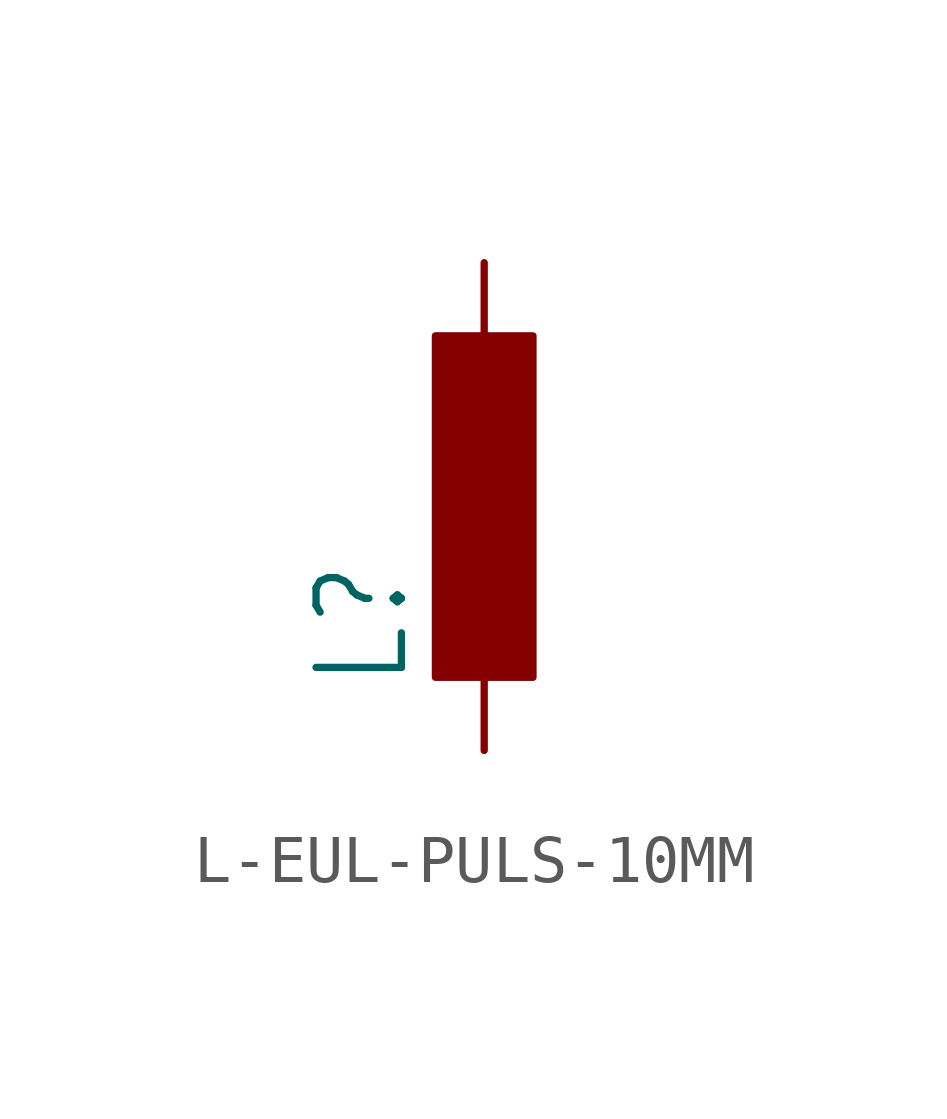
<source format=kicad_sym>
(kicad_symbol_lib
  (version 20241209)
  (generator "kicad_symbol_editor")
  (generator_version "9.0")
  (symbol "L-EUL-PULS-10MM"
    (property "Reference" "L"
      (at -1.499 -3.81 90)
      (effects (font (size 1.778 1.511)) (justify left bottom)))
    (property "Value" ""
      (at 3.302 -3.81 90)
      (effects (font (size 1.778 1.511)) (justify left bottom)))
    (property "ki_locked" ""
      (at 0 0 0)
      (effects (font (size 1.27 1.27))))
    (symbol "L-EUL-PULS-10MM_1_0"
      (rectangle (start -1.016 -3.556) (end 1.016 3.556) (stroke (width 0) (type default)) (fill (type outline)))
      (pin passive line (at 0 5.08 270) (length 2.54) (name "1" (effects (font (size 0 0)))) (number "P$1" (effects (font (size 0 0)))))
      (pin passive line (at 0 -5.08 90) (length 2.54) (name "2" (effects (font (size 0 0)))) (number "P$2" (effects (font (size 0 0))))))))
</source>
